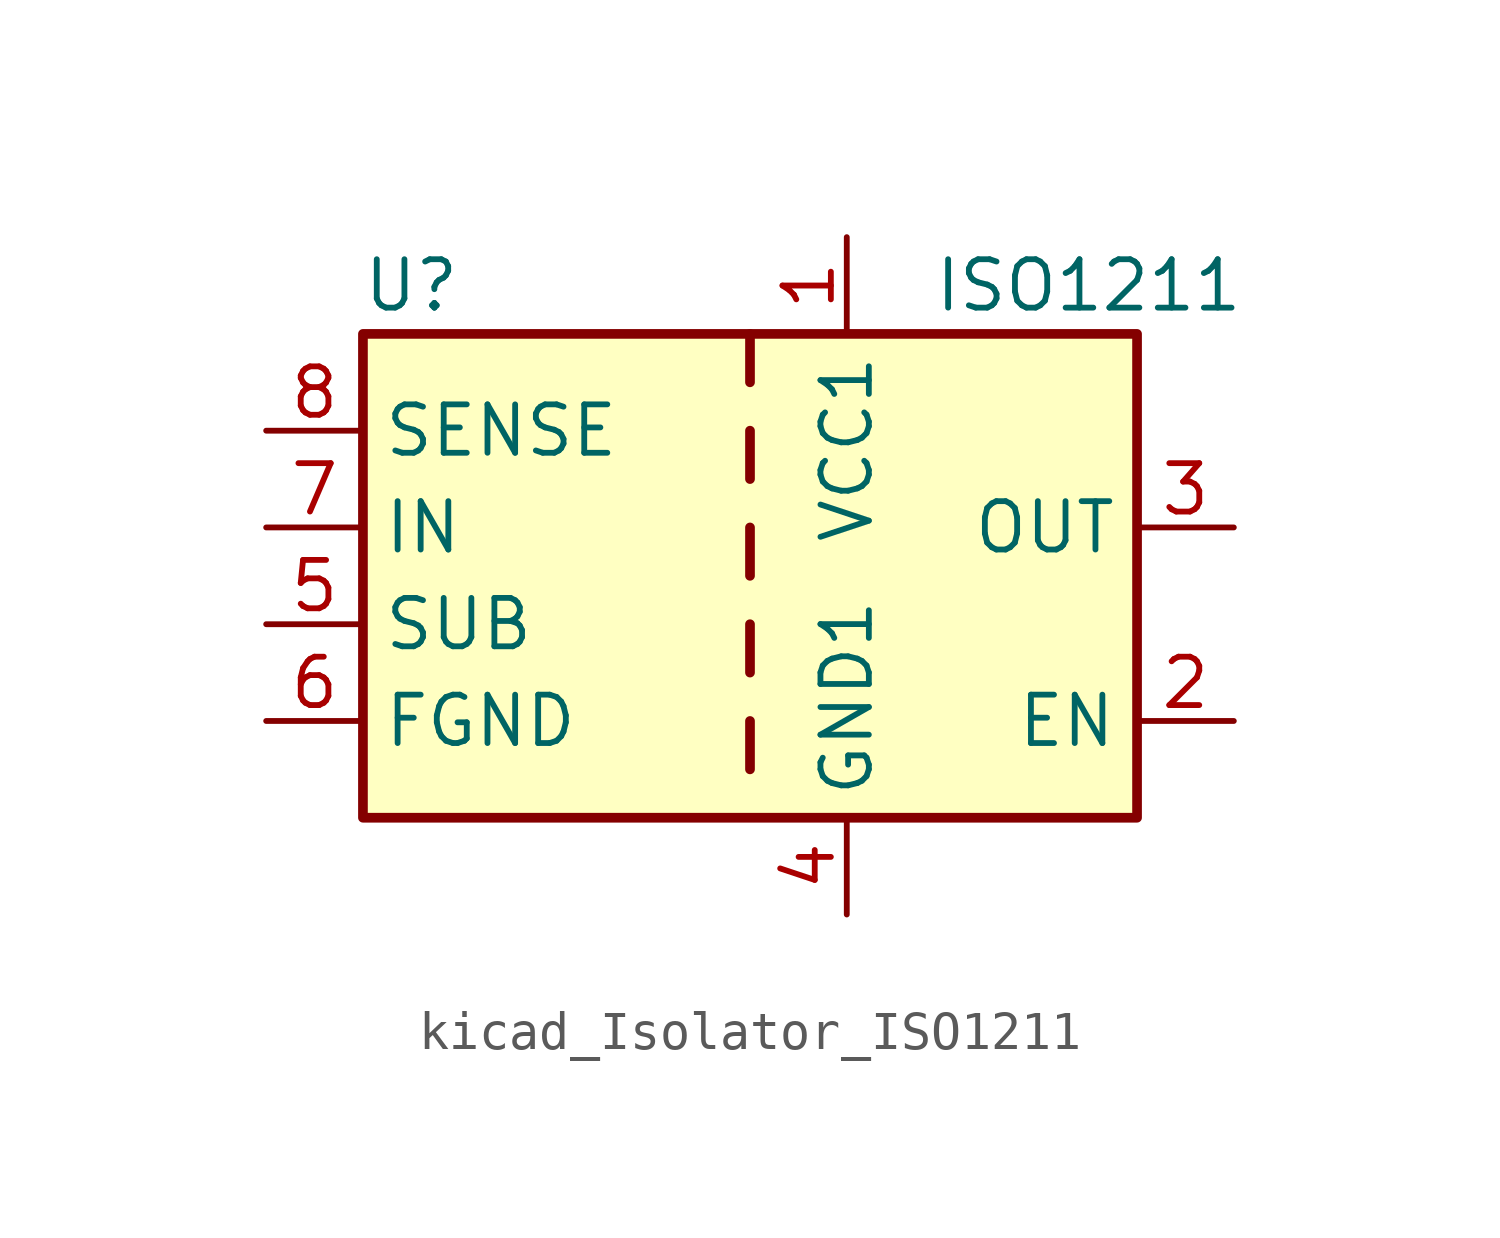
<source format=kicad_sym>
(kicad_symbol_lib
  (version 20220914)
  (generator kicad_symbol_editor)
  (symbol "kicad_Isolator_ISO1211"
    (property "Reference" "U"
      (at -8.89 6.35 0)
      (effects (font (size 1.27 1.27))))
    (property "Value" "ISO1211"
      (at 8.89 6.35 0)
      (effects (font (size 1.27 1.27))))
    (symbol "kicad_Isolator_ISO1211_0_1"
      (rectangle (start -10.16 5.08) (end 10.16 -7.62) (stroke (width 0.254) (type default)) (fill (type background)))
      (polyline (pts (xy 0 -6.35) (xy 0 -5.08)) (stroke (width 0.254) (type default)) (fill (type none)))
      (polyline (pts (xy 0 -3.81) (xy 0 -2.54)) (stroke (width 0.254) (type default)) (fill (type none)))
      (polyline (pts (xy 0 -1.27) (xy 0 0)) (stroke (width 0.254) (type default)) (fill (type none)))
      (polyline (pts (xy 0 1.27) (xy 0 2.54)) (stroke (width 0.254) (type default)) (fill (type none)))
      (polyline (pts (xy 0 3.81) (xy 0 5.08)) (stroke (width 0.254) (type default)) (fill (type none))))
    (symbol "kicad_Isolator_ISO1211_1_1"
      (pin power_in line (at 2.54 7.62 270) (length 2.54) (name "VCC1" (effects (font (size 1.27 1.27)))) (number "1" (effects (font (size 1.27 1.27)))))
      (pin input line (at 12.7 -5.08 180) (length 2.54) (name "EN" (effects (font (size 1.27 1.27)))) (number "2" (effects (font (size 1.27 1.27)))))
      (pin tri_state line (at 12.7 0 180) (length 2.54) (name "OUT" (effects (font (size 1.27 1.27)))) (number "3" (effects (font (size 1.27 1.27)))))
      (pin power_in line (at 2.54 -10.16 90) (length 2.54) (name "GND1" (effects (font (size 1.27 1.27)))) (number "4" (effects (font (size 1.27 1.27)))))
      (pin passive line (at -12.7 -2.54 0) (length 2.54) (name "SUB" (effects (font (size 1.27 1.27)))) (number "5" (effects (font (size 1.27 1.27)))))
      (pin power_in line (at -12.7 -5.08 0) (length 2.54) (name "FGND" (effects (font (size 1.27 1.27)))) (number "6" (effects (font (size 1.27 1.27)))))
      (pin input line (at -12.7 0 0) (length 2.54) (name "IN" (effects (font (size 1.27 1.27)))) (number "7" (effects (font (size 1.27 1.27)))))
      (pin input line (at -12.7 2.54 0) (length 2.54) (name "SENSE" (effects (font (size 1.27 1.27)))) (number "8" (effects (font (size 1.27 1.27))))))))
</source>
